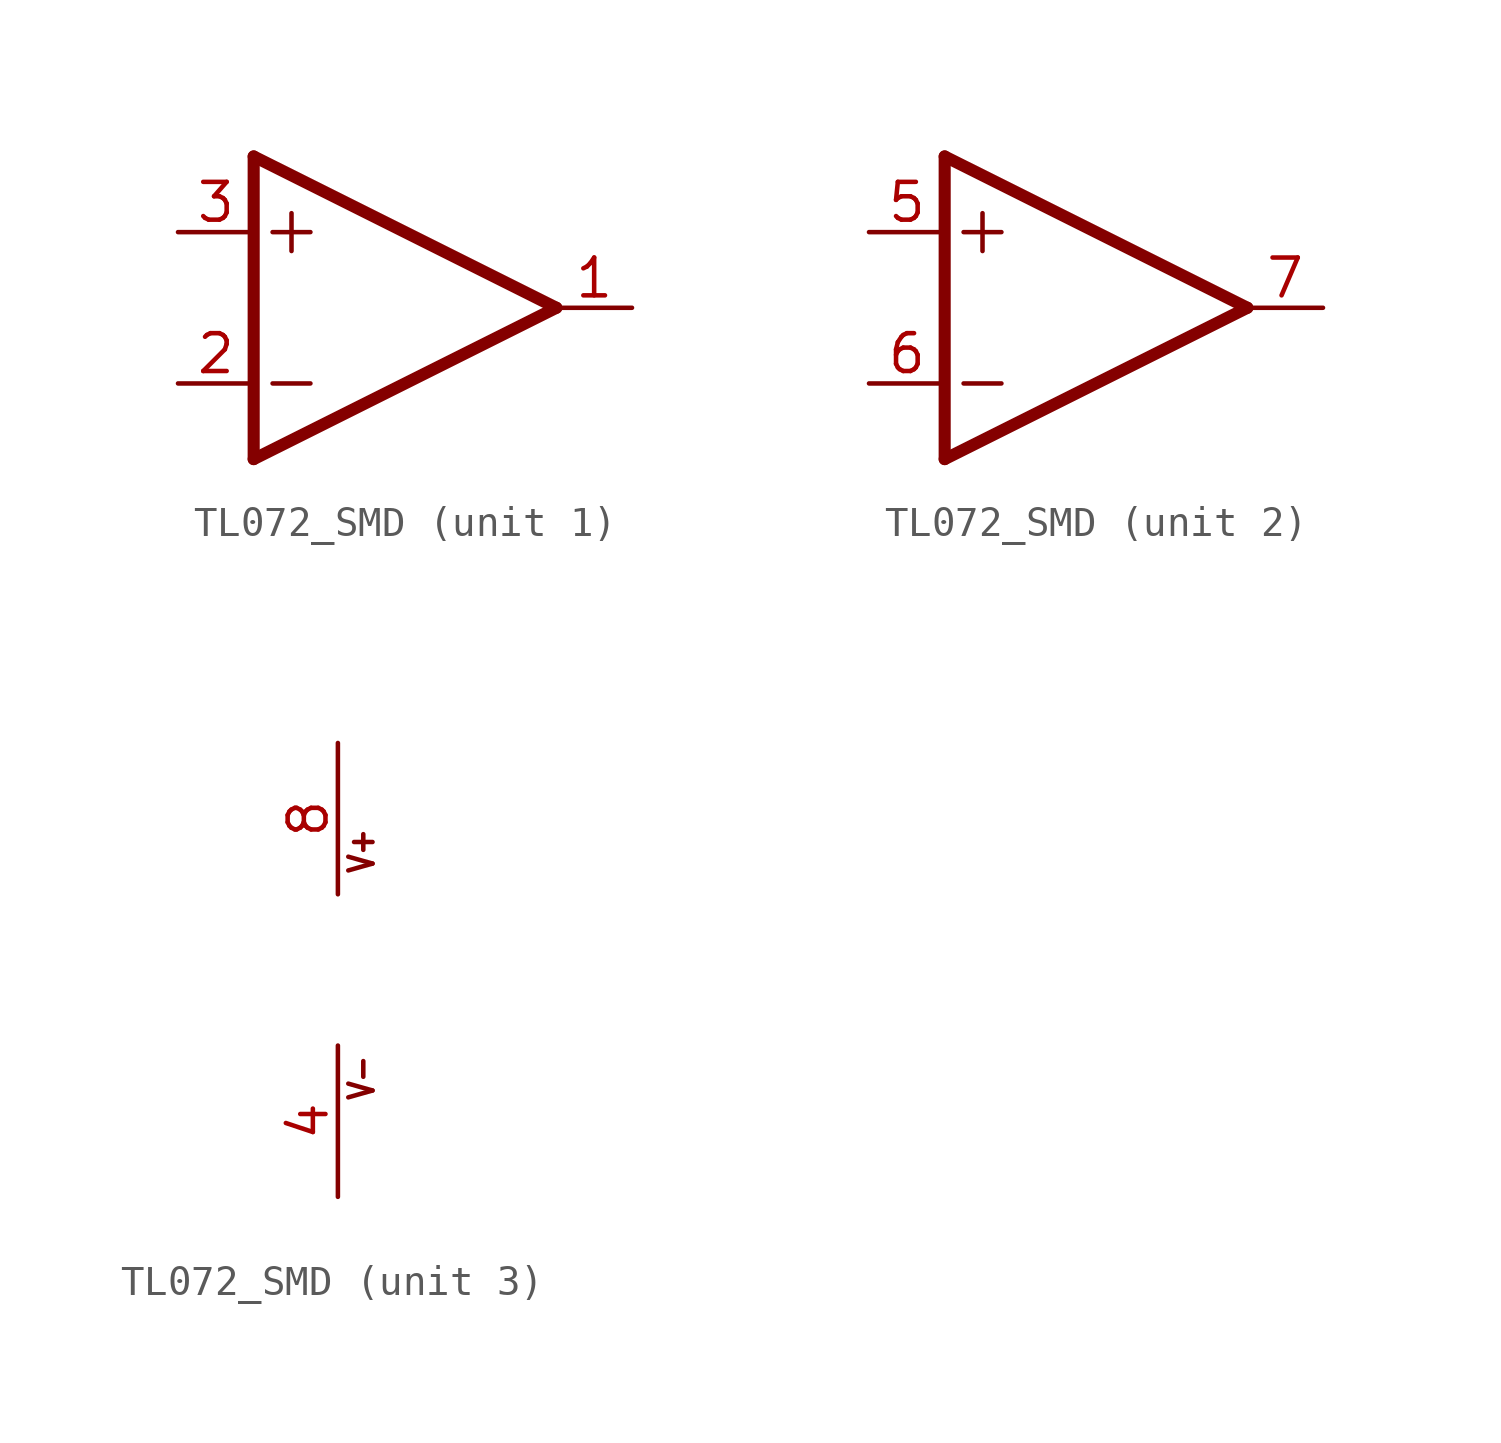
<source format=kicad_sym>
(kicad_symbol_lib
  (version 20231120)
  (generator "kicad_symbol_editor")
  (generator_version "8.0")
  (symbol "TL072_SMD"
    (property "Reference" "U"
      (at 2.54 3.175 0)
      (effects (font (size 1.778 1.511)) (justify left bottom) (hide yes)))
    (property "ki_locked" ""
      (at 0 0 0)
      (effects (font (size 1.27 1.27))))
    (symbol "TL072_SMD_1_0"
      (polyline (pts (xy -5.08 -5.08) (xy 5.08 0)) (stroke (width 0.406) (type solid)) (fill (type none)))
      (polyline (pts (xy -5.08 5.08) (xy -5.08 -5.08)) (stroke (width 0.406) (type solid)) (fill (type none)))
      (polyline (pts (xy -4.445 -2.54) (xy -3.175 -2.54)) (stroke (width 0.152) (type solid)) (fill (type none)))
      (polyline (pts (xy -4.445 2.54) (xy -3.175 2.54)) (stroke (width 0.152) (type solid)) (fill (type none)))
      (polyline (pts (xy -3.81 3.175) (xy -3.81 1.905)) (stroke (width 0.152) (type solid)) (fill (type none)))
      (polyline (pts (xy 5.08 0) (xy -5.08 5.08)) (stroke (width 0.406) (type solid)) (fill (type none)))
      (pin output line (at 7.62 0 180) (length 2.54) (name "OUT" (effects (font (size 0 0)))) (number "1" (effects (font (size 1.27 1.27)))))
      (pin input line (at -7.62 -2.54 0) (length 2.54) (name "-IN" (effects (font (size 0 0)))) (number "2" (effects (font (size 1.27 1.27)))))
      (pin input line (at -7.62 2.54 0) (length 2.54) (name "+IN" (effects (font (size 0 0)))) (number "3" (effects (font (size 1.27 1.27))))))
    (symbol "TL072_SMD_2_0"
      (polyline (pts (xy -5.08 -5.08) (xy 5.08 0)) (stroke (width 0.406) (type solid)) (fill (type none)))
      (polyline (pts (xy -5.08 5.08) (xy -5.08 -5.08)) (stroke (width 0.406) (type solid)) (fill (type none)))
      (polyline (pts (xy -4.445 -2.54) (xy -3.175 -2.54)) (stroke (width 0.152) (type solid)) (fill (type none)))
      (polyline (pts (xy -4.445 2.54) (xy -3.175 2.54)) (stroke (width 0.152) (type solid)) (fill (type none)))
      (polyline (pts (xy -3.81 3.175) (xy -3.81 1.905)) (stroke (width 0.152) (type solid)) (fill (type none)))
      (polyline (pts (xy 5.08 0) (xy -5.08 5.08)) (stroke (width 0.406) (type solid)) (fill (type none)))
      (pin input line (at -7.62 2.54 0) (length 2.54) (name "+IN" (effects (font (size 0 0)))) (number "5" (effects (font (size 1.27 1.27)))))
      (pin input line (at -7.62 -2.54 0) (length 2.54) (name "-IN" (effects (font (size 0 0)))) (number "6" (effects (font (size 1.27 1.27)))))
      (pin output line (at 7.62 0 180) (length 2.54) (name "OUT" (effects (font (size 0 0)))) (number "7" (effects (font (size 1.27 1.27))))))
    (symbol "TL072_SMD_3_0"
      (text "V+" (at 1.27 3.175 900) (effects (font (size 0.813 0.691)) (justify left bottom)))
      (text "V-" (at 1.27 -4.445 900) (effects (font (size 0.813 0.691)) (justify left bottom)))
      (pin power_in line (at 0 -7.62 90) (length 5.08) (name "V-" (effects (font (size 0 0)))) (number "4" (effects (font (size 1.27 1.27)))))
      (pin power_in line (at 0 7.62 270) (length 5.08) (name "V+" (effects (font (size 0 0)))) (number "8" (effects (font (size 1.27 1.27))))))))
</source>
